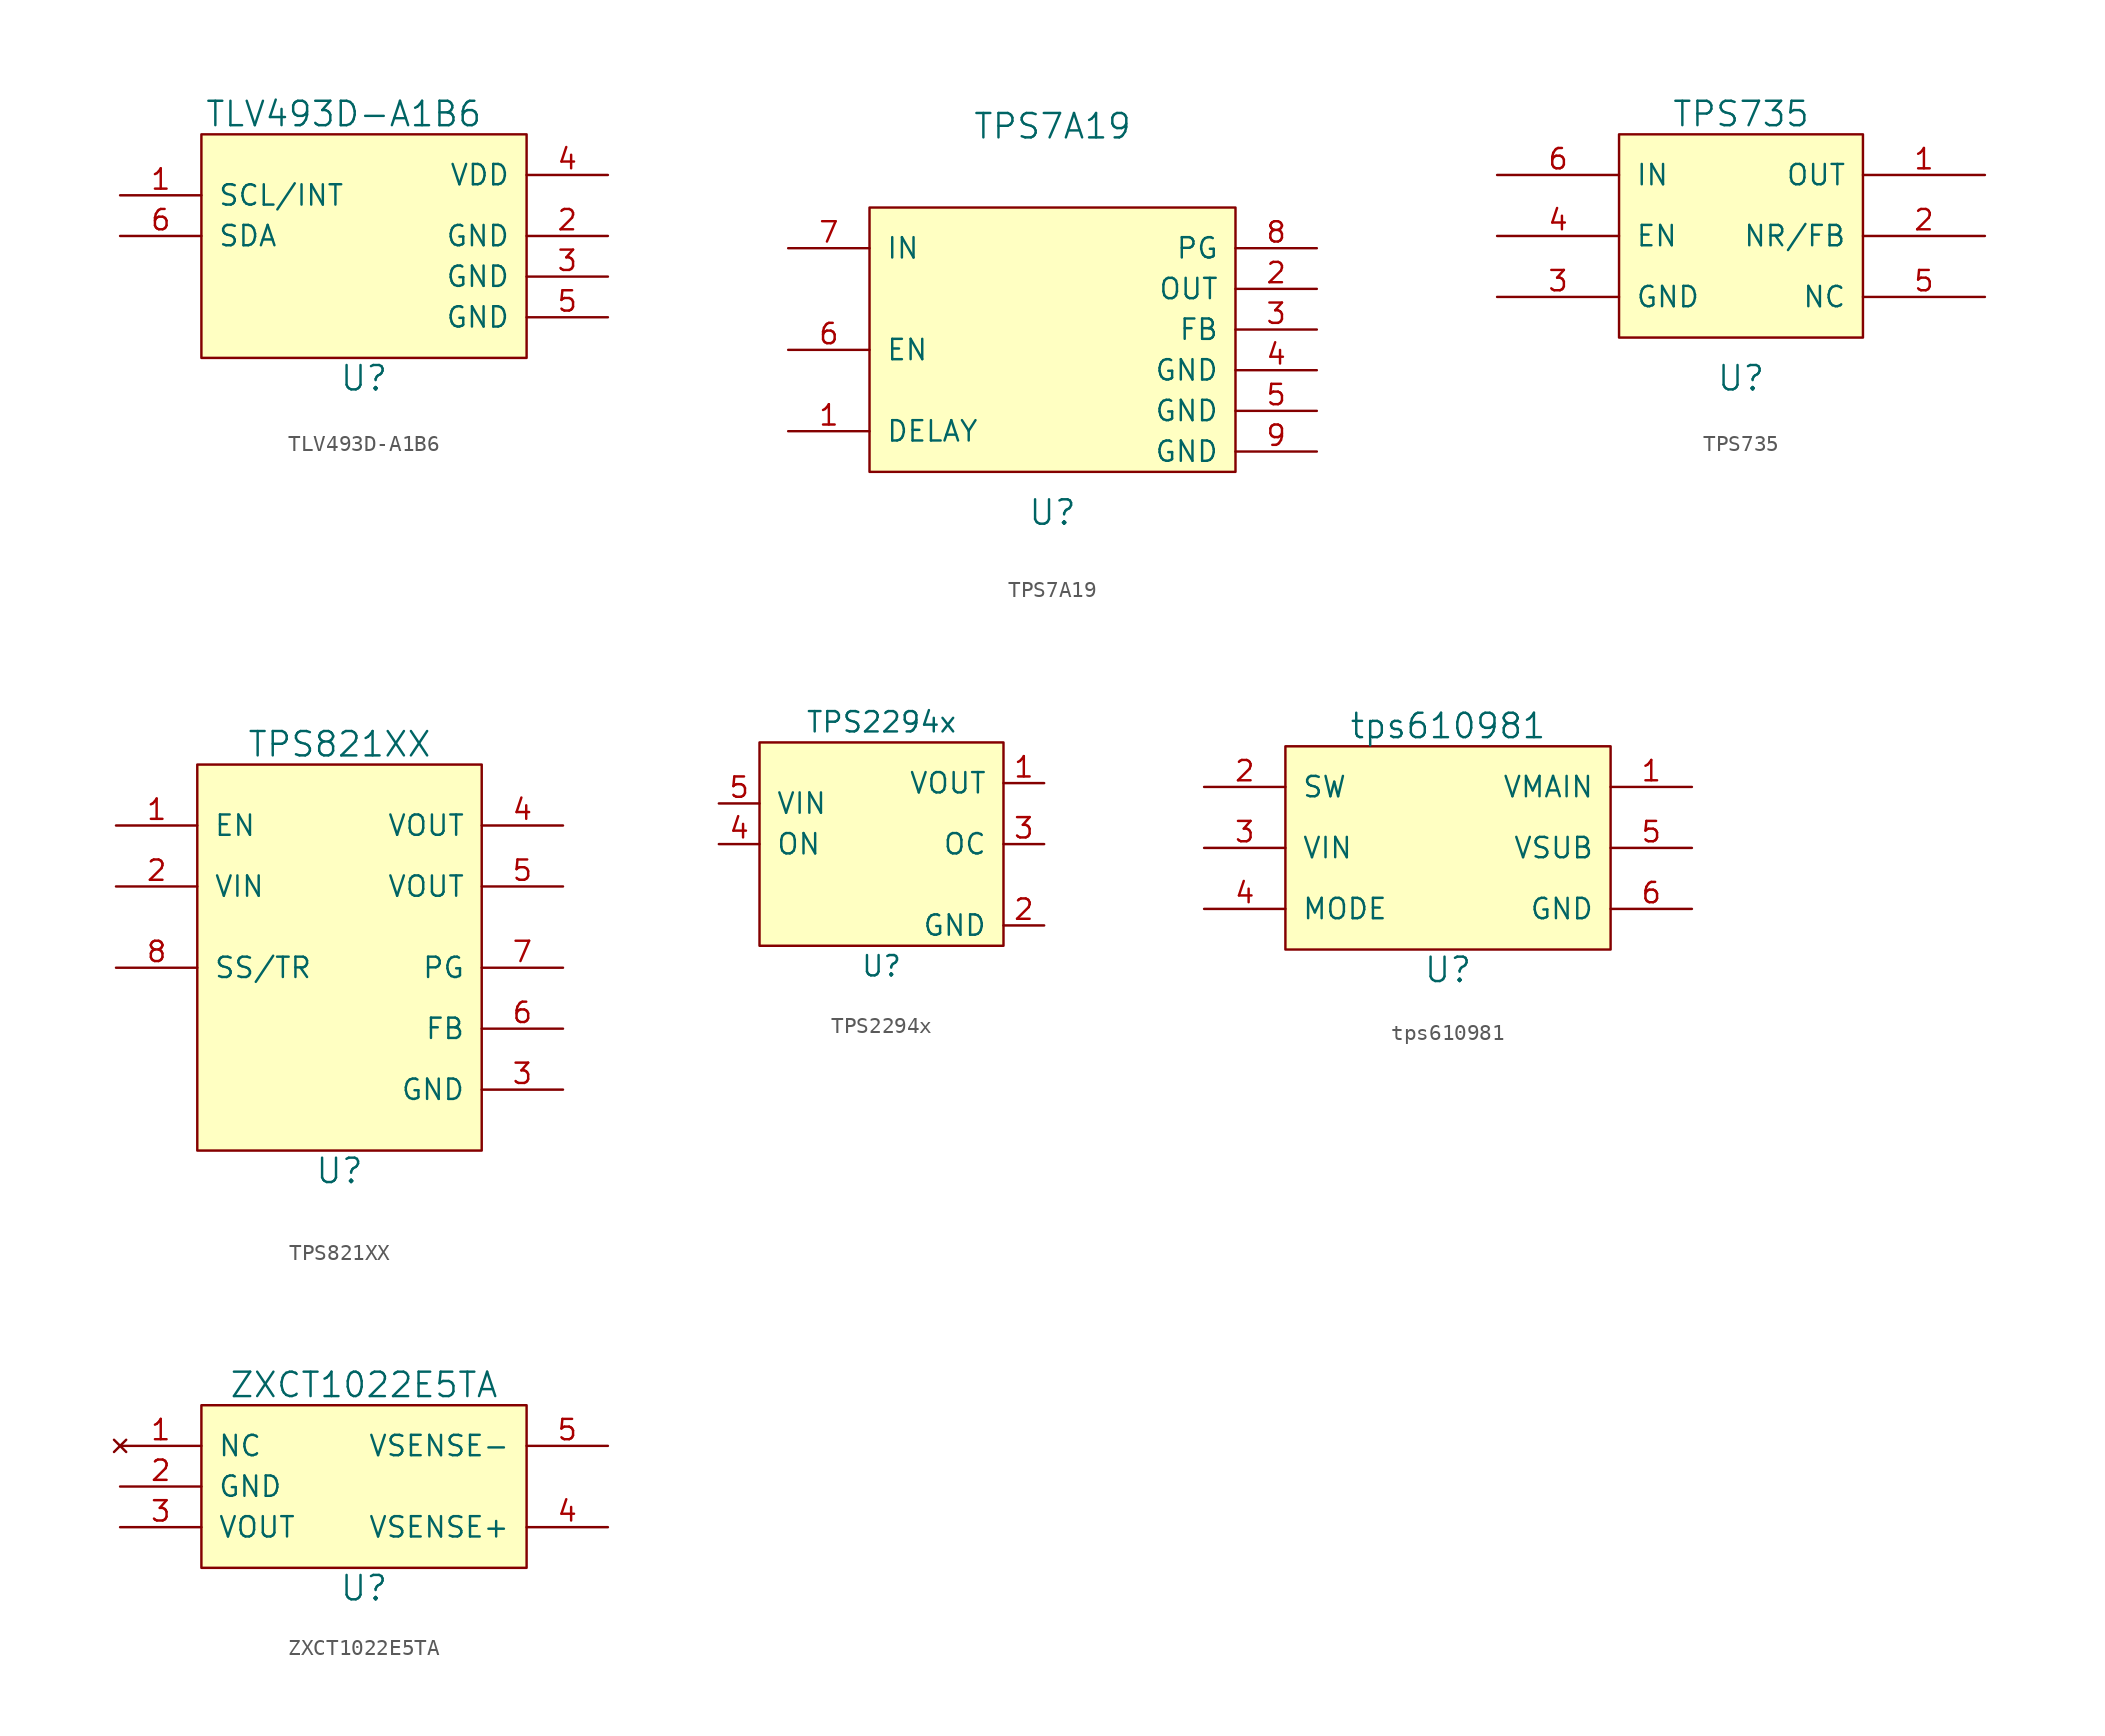
<source format=kicad_sym>
(kicad_symbol_lib
  (version 20220914)
  (generator kicad_symbol_editor)
  (symbol "TLV493D-A1B6"
    (pin_names
      (offset 1.016))
    (property "Reference" "U"
      (at 0 -10.16 0)
      (effects (font (size 1.524 1.524))))
    (property "Value" "TLV493D-A1B6"
      (at -1.27 6.35 0)
      (effects (font (size 1.524 1.524))))
    (symbol "TLV493D-A1B6_0_1"
      (rectangle (start 10.16 5.08) (end -10.16 -8.89) (stroke (width 0) (type solid)) (fill (type background))))
    (symbol "TLV493D-A1B6_1_1"
      (pin input line (at -15.24 1.27 0) (length 5.08) (name "SCL/INT" (effects (font (size 1.27 1.27)))) (number "1" (effects (font (size 1.27 1.27)))))
      (pin power_in line (at 15.24 -1.27 180) (length 5.08) (name "GND" (effects (font (size 1.27 1.27)))) (number "2" (effects (font (size 1.27 1.27)))))
      (pin power_in line (at 15.24 -3.81 180) (length 5.08) (name "GND" (effects (font (size 1.27 1.27)))) (number "3" (effects (font (size 1.27 1.27)))))
      (pin power_in line (at 15.24 2.54 180) (length 5.08) (name "VDD" (effects (font (size 1.27 1.27)))) (number "4" (effects (font (size 1.27 1.27)))))
      (pin power_in line (at 15.24 -6.35 180) (length 5.08) (name "GND" (effects (font (size 1.27 1.27)))) (number "5" (effects (font (size 1.27 1.27)))))
      (pin bidirectional line (at -15.24 -1.27 0) (length 5.08) (name "SDA" (effects (font (size 1.27 1.27)))) (number "6" (effects (font (size 1.27 1.27)))))))
  (symbol "TPS7A19"
    (pin_names
      (offset 1.016))
    (property "Reference" "U"
      (at 0 -12.7 0)
      (effects (font (size 1.524 1.524))))
    (property "Value" "TPS7A19"
      (at 0 11.43 0)
      (effects (font (size 1.524 1.524))))
    (symbol "TPS7A19_0_1"
      (rectangle (start -11.43 6.35) (end 11.43 -10.16) (stroke (width 0) (type solid)) (fill (type background))))
    (symbol "TPS7A19_1_1"
      (pin input line (at -16.51 -7.62 0) (length 5.08) (name "DELAY" (effects (font (size 1.27 1.27)))) (number "1" (effects (font (size 1.27 1.27)))))
      (pin power_out line (at 16.51 1.27 180) (length 5.08) (name "OUT" (effects (font (size 1.27 1.27)))) (number "2" (effects (font (size 1.27 1.27)))))
      (pin input line (at 16.51 -1.27 180) (length 5.08) (name "FB" (effects (font (size 1.27 1.27)))) (number "3" (effects (font (size 1.27 1.27)))))
      (pin input line (at 16.51 -3.81 180) (length 5.08) (name "GND" (effects (font (size 1.27 1.27)))) (number "4" (effects (font (size 1.27 1.27)))))
      (pin input line (at 16.51 -6.35 180) (length 5.08) (name "GND" (effects (font (size 1.27 1.27)))) (number "5" (effects (font (size 1.27 1.27)))))
      (pin input line (at -16.51 -2.54 0) (length 5.08) (name "EN" (effects (font (size 1.27 1.27)))) (number "6" (effects (font (size 1.27 1.27)))))
      (pin power_in line (at -16.51 3.81 0) (length 5.08) (name "IN" (effects (font (size 1.27 1.27)))) (number "7" (effects (font (size 1.27 1.27)))))
      (pin input line (at 16.51 3.81 180) (length 5.08) (name "PG" (effects (font (size 1.27 1.27)))) (number "8" (effects (font (size 1.27 1.27)))))
      (pin input line (at 16.51 -8.89 180) (length 5.08) (name "GND" (effects (font (size 1.27 1.27)))) (number "9" (effects (font (size 1.27 1.27)))))))
  (symbol "TPS735"
    (pin_names
      (offset 1.016))
    (property "Reference" "U"
      (at 0 -8.89 0)
      (effects (font (size 1.524 1.524))))
    (property "Value" "TPS735"
      (at 0 7.62 0)
      (effects (font (size 1.524 1.524))))
    (symbol "TPS735_0_1"
      (rectangle (start -7.62 6.35) (end 7.62 -6.35) (stroke (width 0) (type solid)) (fill (type background))))
    (symbol "TPS735_1_1"
      (pin input line (at 15.24 3.81 180) (length 7.62) (name "OUT" (effects (font (size 1.27 1.27)))) (number "1" (effects (font (size 1.27 1.27)))))
      (pin input line (at 15.24 0 180) (length 7.62) (name "NR/FB" (effects (font (size 1.27 1.27)))) (number "2" (effects (font (size 1.27 1.27)))))
      (pin input line (at -15.24 -3.81 0) (length 7.62) (name "GND" (effects (font (size 1.27 1.27)))) (number "3" (effects (font (size 1.27 1.27)))))
      (pin input line (at -15.24 0 0) (length 7.62) (name "EN" (effects (font (size 1.27 1.27)))) (number "4" (effects (font (size 1.27 1.27)))))
      (pin input line (at 15.24 -3.81 180) (length 7.62) (name "NC" (effects (font (size 1.27 1.27)))) (number "5" (effects (font (size 1.27 1.27)))))
      (pin power_in line (at -15.24 3.81 0) (length 7.62) (name "IN" (effects (font (size 1.27 1.27)))) (number "6" (effects (font (size 1.27 1.27)))))))
  (symbol "TPS821XX"
    (pin_names
      (offset 1.016))
    (property "Reference" "U"
      (at 0 -15.24 0)
      (effects (font (size 1.524 1.524))))
    (property "Value" "TPS821XX"
      (at 0 11.43 0)
      (effects (font (size 1.524 1.524))))
    (symbol "TPS821XX_0_1"
      (rectangle (start -8.89 10.16) (end 8.89 -13.97) (stroke (width 0) (type solid)) (fill (type background))))
    (symbol "TPS821XX_1_1"
      (pin input line (at -13.97 6.35 0) (length 5.08) (name "EN" (effects (font (size 1.27 1.27)))) (number "1" (effects (font (size 1.27 1.27)))))
      (pin power_in line (at -13.97 2.54 0) (length 5.08) (name "VIN" (effects (font (size 1.27 1.27)))) (number "2" (effects (font (size 1.27 1.27)))))
      (pin power_in line (at 13.97 -10.16 180) (length 5.08) (name "GND" (effects (font (size 1.27 1.27)))) (number "3" (effects (font (size 1.27 1.27)))))
      (pin power_out line (at 13.97 6.35 180) (length 5.08) (name "VOUT" (effects (font (size 1.27 1.27)))) (number "4" (effects (font (size 1.27 1.27)))))
      (pin power_out line (at 13.97 2.54 180) (length 5.08) (name "VOUT" (effects (font (size 1.27 1.27)))) (number "5" (effects (font (size 1.27 1.27)))))
      (pin input line (at 13.97 -6.35 180) (length 5.08) (name "FB" (effects (font (size 1.27 1.27)))) (number "6" (effects (font (size 1.27 1.27)))))
      (pin output line (at 13.97 -2.54 180) (length 5.08) (name "PG" (effects (font (size 1.27 1.27)))) (number "7" (effects (font (size 1.27 1.27)))))
      (pin input line (at -13.97 -2.54 0) (length 5.08) (name "SS/TR" (effects (font (size 1.27 1.27)))) (number "8" (effects (font (size 1.27 1.27)))))))
  (symbol "TPS2294x"
    (pin_names
      (offset 1.016))
    (property "Reference" "U"
      (at 0 -8.89 0)
      (effects (font (size 1.27 1.27))))
    (property "Value" "TPS2294x"
      (at 0 6.35 0)
      (effects (font (size 1.27 1.27))))
    (symbol "TPS2294x_0_1"
      (rectangle (start -7.62 5.08) (end 7.62 -7.62) (stroke (width 0) (type solid)) (fill (type background))))
    (symbol "TPS2294x_1_1"
      (pin output line (at 10.16 2.54 180) (length 2.54) (name "VOUT" (effects (font (size 1.27 1.27)))) (number "1" (effects (font (size 1.27 1.27)))))
      (pin power_in line (at 10.16 -6.35 180) (length 2.54) (name "GND" (effects (font (size 1.27 1.27)))) (number "2" (effects (font (size 1.27 1.27)))))
      (pin output line (at 10.16 -1.27 180) (length 2.54) (name "OC" (effects (font (size 1.27 1.27)))) (number "3" (effects (font (size 1.27 1.27)))))
      (pin input line (at -10.16 -1.27 0) (length 2.54) (name "ON" (effects (font (size 1.27 1.27)))) (number "4" (effects (font (size 1.27 1.27)))))
      (pin input line (at -10.16 1.27 0) (length 2.54) (name "VIN" (effects (font (size 1.27 1.27)))) (number "5" (effects (font (size 1.27 1.27)))))))
  (symbol "tps610981"
    (pin_names
      (offset 1.016))
    (property "Reference" "U"
      (at 0 -7.62 0)
      (effects (font (size 1.524 1.524))))
    (property "Value" "tps610981"
      (at 0 7.62 0)
      (effects (font (size 1.524 1.524))))
    (symbol "tps610981_0_1"
      (rectangle (start -10.16 6.35) (end 10.16 -6.35) (stroke (width 0) (type solid)) (fill (type background))))
    (symbol "tps610981_1_1"
      (pin power_out line (at 15.24 3.81 180) (length 5.08) (name "VMAIN" (effects (font (size 1.27 1.27)))) (number "1" (effects (font (size 1.27 1.27)))))
      (pin power_out line (at -15.24 3.81 0) (length 5.08) (name "SW" (effects (font (size 1.27 1.27)))) (number "2" (effects (font (size 1.27 1.27)))))
      (pin power_in line (at -15.24 0 0) (length 5.08) (name "VIN" (effects (font (size 1.27 1.27)))) (number "3" (effects (font (size 1.27 1.27)))))
      (pin input line (at -15.24 -3.81 0) (length 5.08) (name "MODE" (effects (font (size 1.27 1.27)))) (number "4" (effects (font (size 1.27 1.27)))))
      (pin power_out line (at 15.24 0 180) (length 5.08) (name "VSUB" (effects (font (size 1.27 1.27)))) (number "5" (effects (font (size 1.27 1.27)))))
      (pin power_out line (at 15.24 -3.81 180) (length 5.08) (name "GND" (effects (font (size 1.27 1.27)))) (number "6" (effects (font (size 1.27 1.27)))))))
  (symbol "ZXCT1022E5TA"
    (pin_names
      (offset 1.016))
    (property "Reference" "U"
      (at 0 -5.08 0)
      (effects (font (size 1.524 1.524))))
    (property "Value" "ZXCT1022E5TA"
      (at 0 7.62 0)
      (effects (font (size 1.524 1.524))))
    (symbol "ZXCT1022E5TA_0_1"
      (rectangle (start -10.16 6.35) (end 10.16 -3.81) (stroke (width 0) (type solid)) (fill (type background))))
    (symbol "ZXCT1022E5TA_1_1"
      (pin no_connect line (at -15.24 3.81 0) (length 5.08) (name "NC" (effects (font (size 1.27 1.27)))) (number "1" (effects (font (size 1.27 1.27)))))
      (pin power_in line (at -15.24 1.27 0) (length 5.08) (name "GND" (effects (font (size 1.27 1.27)))) (number "2" (effects (font (size 1.27 1.27)))))
      (pin output line (at -15.24 -1.27 0) (length 5.08) (name "VOUT" (effects (font (size 1.27 1.27)))) (number "3" (effects (font (size 1.27 1.27)))))
      (pin input line (at 15.24 -1.27 180) (length 5.08) (name "VSENSE+" (effects (font (size 1.27 1.27)))) (number "4" (effects (font (size 1.27 1.27)))))
      (pin input line (at 15.24 3.81 180) (length 5.08) (name "VSENSE-" (effects (font (size 1.27 1.27)))) (number "5" (effects (font (size 1.27 1.27))))))))
</source>
